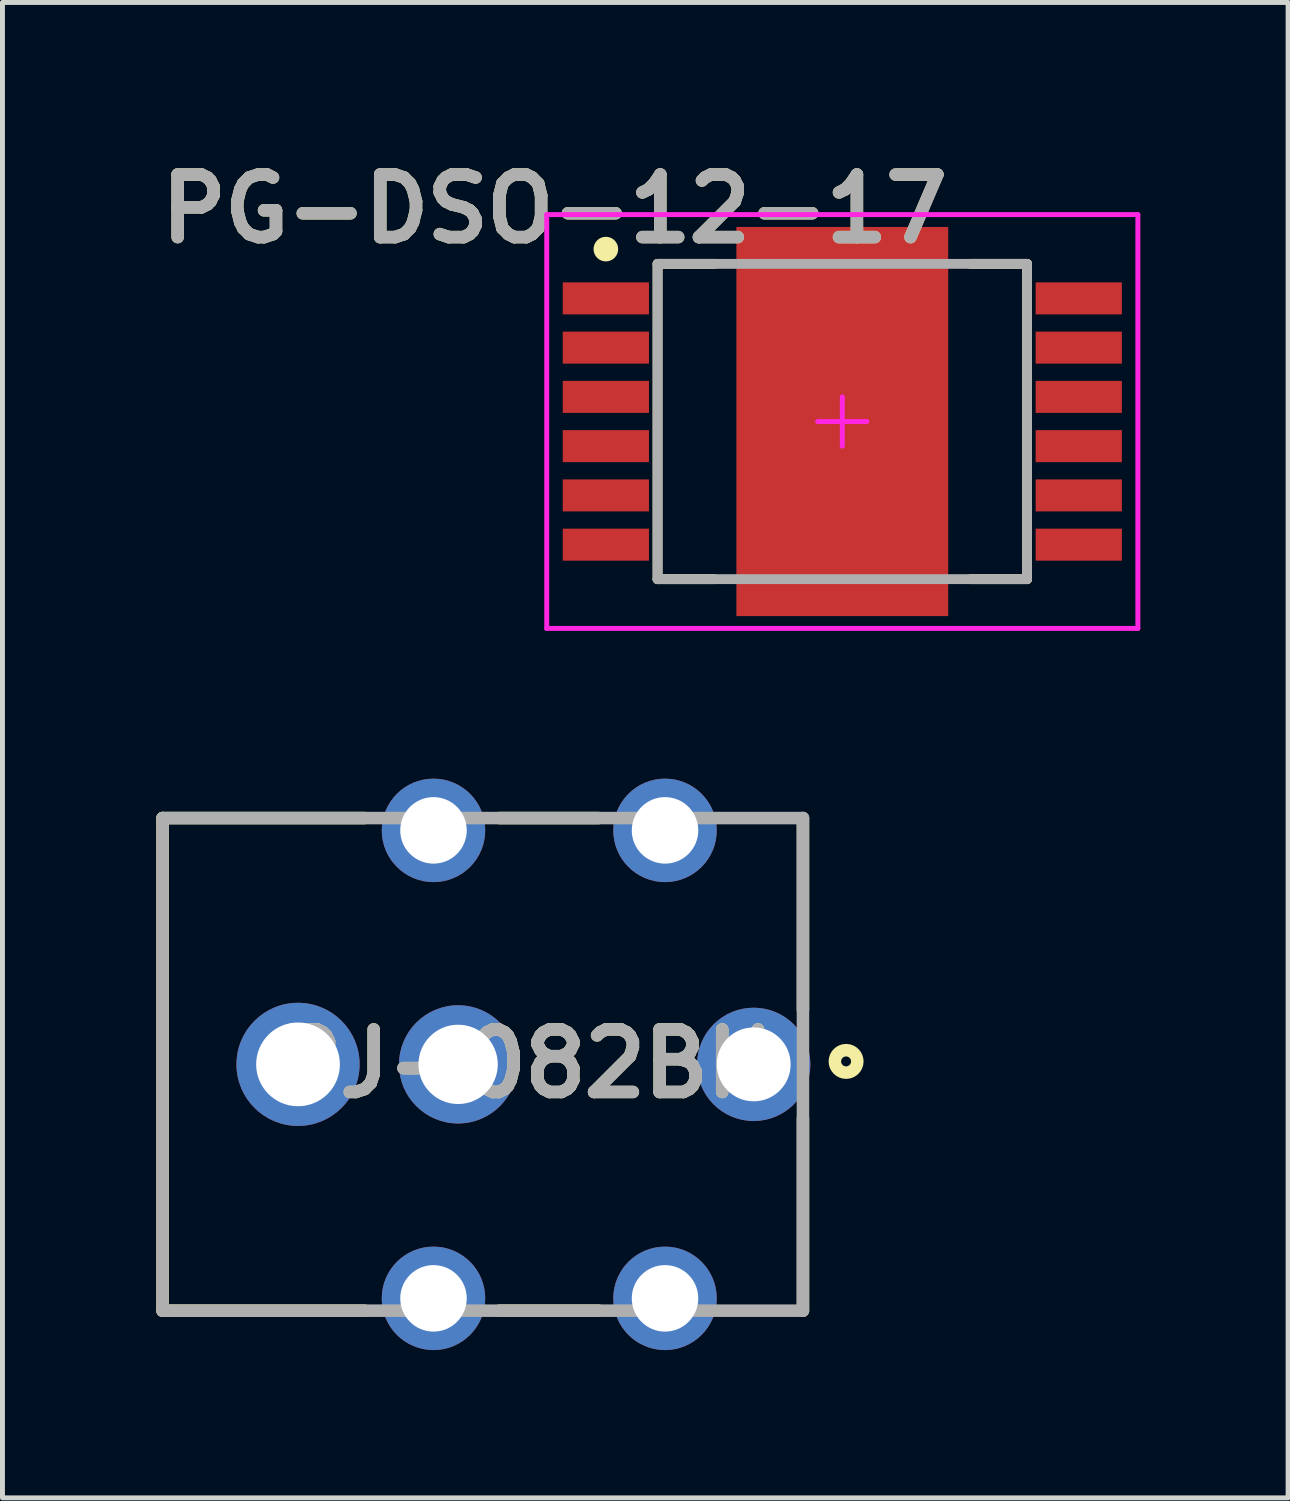
<source format=kicad_pcb>
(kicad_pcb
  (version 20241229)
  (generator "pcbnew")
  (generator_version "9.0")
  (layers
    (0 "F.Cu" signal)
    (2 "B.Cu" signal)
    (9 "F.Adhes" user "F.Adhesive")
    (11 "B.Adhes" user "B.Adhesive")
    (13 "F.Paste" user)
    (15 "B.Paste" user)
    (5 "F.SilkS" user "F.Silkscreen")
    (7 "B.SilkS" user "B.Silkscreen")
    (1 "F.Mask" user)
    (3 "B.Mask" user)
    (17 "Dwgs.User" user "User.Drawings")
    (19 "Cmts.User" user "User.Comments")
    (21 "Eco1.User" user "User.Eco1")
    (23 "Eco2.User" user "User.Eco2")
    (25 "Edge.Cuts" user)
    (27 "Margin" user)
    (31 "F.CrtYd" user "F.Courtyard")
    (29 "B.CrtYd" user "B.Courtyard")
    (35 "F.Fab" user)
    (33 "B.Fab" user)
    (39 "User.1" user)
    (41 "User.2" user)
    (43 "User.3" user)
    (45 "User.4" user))
  (footprint "PG-DSO-12-17"
    (layer "F.Cu")
    (at 14.049 5.507)
    (property "Reference" "PG-DSO-12-17" (at -5.842 -4.318 0) (layer "F.SilkS") (effects (font (size 1.27 1.27) (thickness 0.254))))
    (attr smd)
    (fp_line (start -3.75 -3.2) (end -2.6 -3.2) (stroke (width 0.2) (type solid)) (layer "F.SilkS"))
    (fp_line (start -3.75 3.2) (end -3.75 -3.2) (stroke (width 0.2) (type solid)) (layer "F.SilkS"))
    (fp_line (start -2.6 3.2) (end -3.75 3.2) (stroke (width 0.2) (type solid)) (layer "F.SilkS"))
    (fp_line (start 2.6 -3.2) (end 3.75 -3.2) (stroke (width 0.2) (type solid)) (layer "F.SilkS"))
    (fp_line (start 3.75 -3.2) (end 3.75 3.2) (stroke (width 0.2) (type solid)) (layer "F.SilkS"))
    (fp_line (start 3.75 3.2) (end 2.6 3.2) (stroke (width 0.2) (type solid)) (layer "F.SilkS"))
    (fp_circle (center -4.8 -3.5) (end -4.8 -3.375) (stroke (width 0.25) (type solid)) (fill no) (layer "F.SilkS"))
    (fp_line (start -6 -4.2) (end -6 4.2) (stroke (width 0.1) (type solid)) (layer "F.CrtYd"))
    (fp_line (start -6 4.2) (end 6 4.2) (stroke (width 0.1) (type solid)) (layer "F.CrtYd"))
    (fp_line (start -0.5 0) (end 0.5 0) (stroke (width 0.1) (type solid)) (layer "F.CrtYd"))
    (fp_line (start 0 0.5) (end 0 -0.5) (stroke (width 0.1) (type solid)) (layer "F.CrtYd"))
    (fp_line (start 6 -4.2) (end -6 -4.2) (stroke (width 0.1) (type solid)) (layer "F.CrtYd"))
    (fp_line (start 6 4.2) (end 6 -4.2) (stroke (width 0.1) (type solid)) (layer "F.CrtYd"))
    (fp_line (start -3.75 -3.2) (end 3.75 -3.2) (stroke (width 0.2) (type solid)) (layer "F.Fab"))
    (fp_line (start -3.75 3.2) (end -3.75 -3.2) (stroke (width 0.2) (type solid)) (layer "F.Fab"))
    (fp_line (start 3.75 -3.2) (end 3.75 3.2) (stroke (width 0.2) (type solid)) (layer "F.Fab"))
    (fp_line (start 3.75 3.2) (end -3.75 3.2) (stroke (width 0.2) (type solid)) (layer "F.Fab"))
    (fp_text user "${REFERENCE}" (at -5.842 -4.318 0) (layer "F.Fab") (effects (font (size 1.27 1.27) (thickness 0.254))))
    (pad "1" smd rect (at -4.8 -2.5 90) (size 0.65 1.75) (layers "F.Cu" "F.Mask" "F.Paste"))
    (pad "2" smd rect (at -4.8 -1.5 90) (size 0.65 1.75) (layers "F.Cu" "F.Mask" "F.Paste"))
    (pad "3" smd rect (at -4.8 -0.5 90) (size 0.65 1.75) (layers "F.Cu" "F.Mask" "F.Paste"))
    (pad "4" smd rect (at -4.8 0.5 90) (size 0.65 1.75) (layers "F.Cu" "F.Mask" "F.Paste"))
    (pad "5" smd rect (at -4.8 1.5 90) (size 0.65 1.75) (layers "F.Cu" "F.Mask" "F.Paste"))
    (pad "6" smd rect (at -4.8 2.5 90) (size 0.65 1.75) (layers "F.Cu" "F.Mask" "F.Paste"))
    (pad "7" smd rect (at 4.8 2.5 90) (size 0.65 1.75) (layers "F.Cu" "F.Mask" "F.Paste"))
    (pad "8" smd rect (at 4.8 1.5 90) (size 0.65 1.75) (layers "F.Cu" "F.Mask" "F.Paste"))
    (pad "9" smd rect (at 4.8 0.5 90) (size 0.65 1.75) (layers "F.Cu" "F.Mask" "F.Paste"))
    (pad "10" smd rect (at 4.8 -0.5 90) (size 0.65 1.75) (layers "F.Cu" "F.Mask" "F.Paste"))
    (pad "11" smd rect (at 4.8 -1.5 90) (size 0.65 1.75) (layers "F.Cu" "F.Mask" "F.Paste"))
    (pad "12" smd rect (at 4.8 -2.5 90) (size 0.65 1.75) (layers "F.Cu" "F.Mask" "F.Paste"))
    (pad "13" smd rect (at 0 0) (size 4.3 7.9) (layers "F.Cu" "F.Mask" "F.Paste")))
  (footprint "PJ-082BH"
    (layer "F.Cu")
    (at 0.25 18.557)
    (property "Reference" "PJ-082BH" (at 7.37 -0.014 0) (layer "F.SilkS") (effects (font (size 1.27 1.27) (thickness 0.254))))
    (attr through_hole)
    (fp_line (start 0 -5) (end 4.1 -5) (stroke (width 0.254) (type solid)) (layer "F.SilkS"))
    (fp_line (start 0 5) (end 0 -5) (stroke (width 0.254) (type solid)) (layer "F.SilkS"))
    (fp_line (start 0 5) (end 4.1 5) (stroke (width 0.254) (type solid)) (layer "F.SilkS"))
    (fp_line (start 6.839 -5) (end 8.85 -5) (stroke (width 0.254) (type solid)) (layer "F.SilkS"))
    (fp_line (start 6.839 5) (end 8.85 5) (stroke (width 0.254) (type solid)) (layer "F.SilkS"))
    (fp_line (start 13 -5) (end 13 -1.1) (stroke (width 0.254) (type solid)) (layer "F.SilkS"))
    (fp_line (start 13 5) (end 13 1.1) (stroke (width 0.254) (type solid)) (layer "F.SilkS"))
    (fp_circle (center 13.876 -0.06) (end 13.876 0.041) (stroke (width 0.254) (type solid)) (fill no) (layer "F.SilkS"))
    (fp_line (start 0 -5) (end 13 -5) (stroke (width 0.254) (type solid)) (layer "F.Fab"))
    (fp_line (start 0 5) (end 0 -5) (stroke (width 0.254) (type solid)) (layer "F.Fab"))
    (fp_line (start 13 -5) (end 13 5) (stroke (width 0.254) (type solid)) (layer "F.Fab"))
    (fp_line (start 13 5) (end 0 5) (stroke (width 0.254) (type solid)) (layer "F.Fab"))
    (fp_text user "${REFERENCE}" (at 7.37 -0.014 0) (layer "F.Fab") (effects (font (size 1.27 1.27) (thickness 0.254))))
    (pad "1" thru_hole circle (at 12 0) (size 2.3 2.3) (drill 1.5) (layers "*.Cu" "*.Mask"))
    (pad "2" thru_hole circle (at 6 0) (size 2.4 2.4) (drill 1.61) (layers "*.Cu" "*.Mask"))
    (pad "3" thru_hole circle (at 2.75 0) (size 2.5 2.5) (drill 1.7) (layers "*.Cu" "*.Mask"))
    (pad "4" thru_hole circle (at 5.5 -4.75) (size 2.1 2.1) (drill 1.35) (layers "*.Cu" "*.Mask"))
    (pad "5" thru_hole circle (at 10.2 -4.75) (size 2.1 2.1) (drill 1.35) (layers "*.Cu" "*.Mask"))
    (pad "6" thru_hole circle (at 10.2 4.75) (size 2.1 2.1) (drill 1.35) (layers "*.Cu" "*.Mask"))
    (pad "7" thru_hole circle (at 5.5 4.75) (size 2.1 2.1) (drill 1.35) (layers "*.Cu" "*.Mask")))
  (gr_rect
    (start -3 -3)
    (end 23.099 27.357)
    (stroke (width 0.1) (type default))
    (fill no)
    (layer "Edge.Cuts")))
</source>
